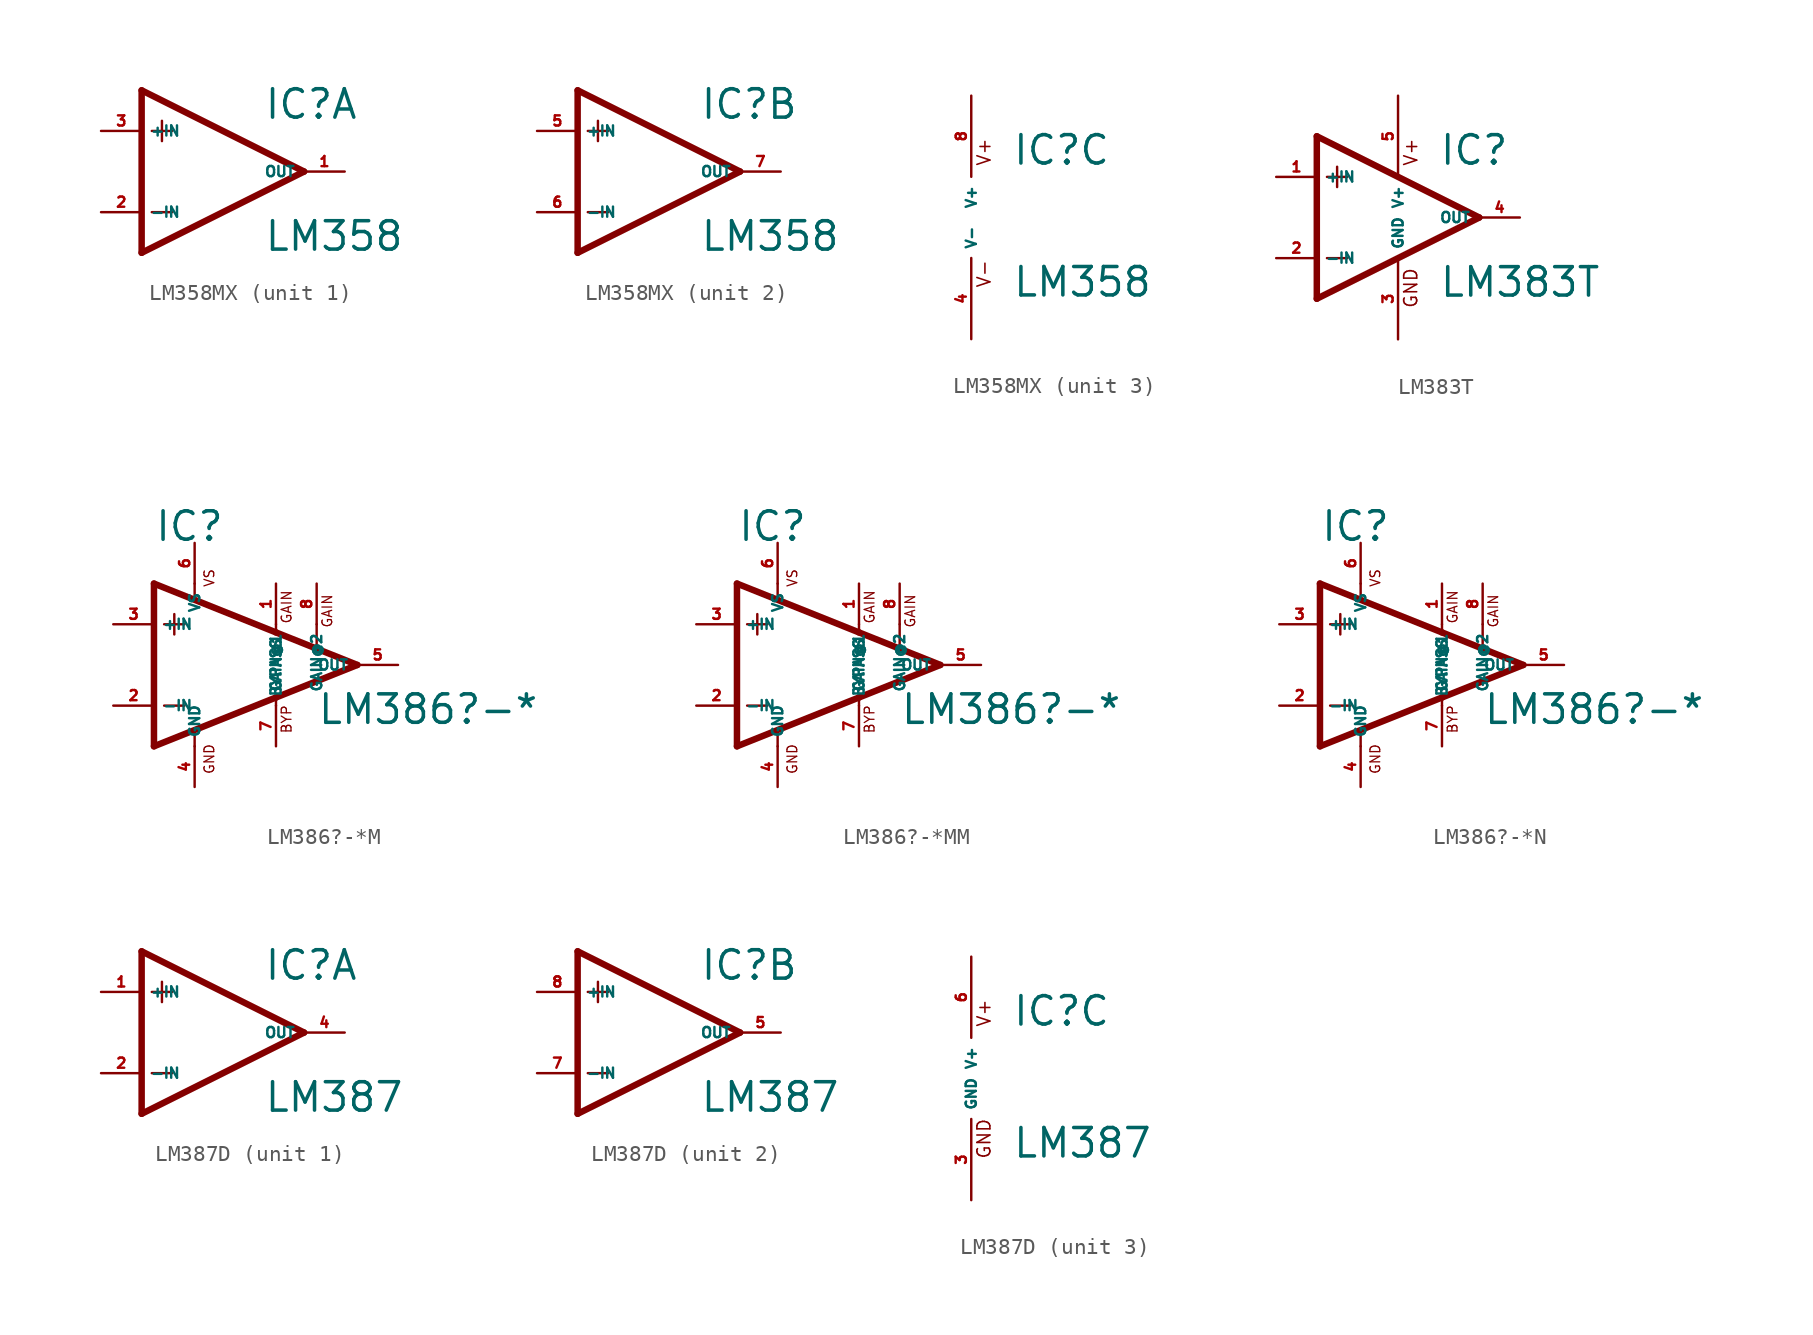
<source format=kicad_sym>
(kicad_symbol_lib
  (version 20220914)
  (generator Eagle2Kicad)
  (symbol "LM358MX"
    (property "Reference" "IC"
      (at 2.54 3.175 0)
      (effects (font (size 1.778 1.778) (thickness 0.22)) (justify left bottom)))
    (property "Value" "LM358"
      (at 2.54 -5.08 0)
      (effects (font (size 1.778 1.778) (thickness 0.22)) (justify left bottom)))
    (symbol "LM358MX_1_0"
      (polyline (pts (xy -5.08 5.08) (xy -5.08 -5.08)) (stroke (width 0.406) (type default)) (fill (type none)))
      (polyline (pts (xy -5.08 -5.08) (xy 5.08 0)) (stroke (width 0.406) (type default)) (fill (type none)))
      (polyline (pts (xy 5.08 0) (xy -5.08 5.08)) (stroke (width 0.406) (type default)) (fill (type none)))
      (polyline (pts (xy -3.81 3.175) (xy -3.81 1.905)) (stroke (width 0.152) (type default)) (fill (type none)))
      (polyline (pts (xy -4.445 2.54) (xy -3.175 2.54)) (stroke (width 0.152) (type default)) (fill (type none)))
      (polyline (pts (xy -4.445 -2.54) (xy -3.175 -2.54)) (stroke (width 0.152) (type default)) (fill (type none)))
      (pin input line (at -7.62 -2.54 0) (length 2.54) (name "-IN" (effects (font (size 0.635 0.635) (thickness 0.08)) (justify left bottom))) (number "2" (effects (font (size 0.635 0.635) (thickness 0.08)) (justify left bottom))))
      (pin input line (at -7.62 2.54 0) (length 2.54) (name "+IN" (effects (font (size 0.635 0.635) (thickness 0.08)) (justify left bottom))) (number "3" (effects (font (size 0.635 0.635) (thickness 0.08)) (justify left bottom))))
      (pin output line (at 7.62 0 180) (length 2.54) (name "OUT" (effects (font (size 0.635 0.635) (thickness 0.08)) (justify left bottom))) (number "1" (effects (font (size 0.635 0.635) (thickness 0.08)) (justify left bottom)))))
    (symbol "LM358MX_2_0"
      (polyline (pts (xy -5.08 5.08) (xy -5.08 -5.08)) (stroke (width 0.406) (type default)) (fill (type none)))
      (polyline (pts (xy -5.08 -5.08) (xy 5.08 0)) (stroke (width 0.406) (type default)) (fill (type none)))
      (polyline (pts (xy 5.08 0) (xy -5.08 5.08)) (stroke (width 0.406) (type default)) (fill (type none)))
      (polyline (pts (xy -3.81 3.175) (xy -3.81 1.905)) (stroke (width 0.152) (type default)) (fill (type none)))
      (polyline (pts (xy -4.445 2.54) (xy -3.175 2.54)) (stroke (width 0.152) (type default)) (fill (type none)))
      (polyline (pts (xy -4.445 -2.54) (xy -3.175 -2.54)) (stroke (width 0.152) (type default)) (fill (type none)))
      (pin input line (at -7.62 -2.54 0) (length 2.54) (name "-IN" (effects (font (size 0.635 0.635) (thickness 0.08)) (justify left bottom))) (number "6" (effects (font (size 0.635 0.635) (thickness 0.08)) (justify left bottom))))
      (pin input line (at -7.62 2.54 0) (length 2.54) (name "+IN" (effects (font (size 0.635 0.635) (thickness 0.08)) (justify left bottom))) (number "5" (effects (font (size 0.635 0.635) (thickness 0.08)) (justify left bottom))))
      (pin output line (at 7.62 0 180) (length 2.54) (name "OUT" (effects (font (size 0.635 0.635) (thickness 0.08)) (justify left bottom))) (number "7" (effects (font (size 0.635 0.635) (thickness 0.08)) (justify left bottom)))))
    (symbol "LM358MX_3_0"
      (text "V+" (at 1.27 3.175 900) (effects (font (size 0.813 0.813) (thickness 0.10)) (justify left bottom)))
      (text "V-" (at 1.27 -4.445 900) (effects (font (size 0.813 0.813) (thickness 0.10)) (justify left bottom)))
      (pin unspecified line (at 0 7.62 270) (length 5.08) (name "V+" (effects (font (size 0.635 0.635) (thickness 0.08)) (justify left bottom))) (number "8" (effects (font (size 0.635 0.635) (thickness 0.08)) (justify left bottom))))
      (pin unspecified line (at 0 -7.62 90) (length 5.08) (name "V-" (effects (font (size 0.635 0.635) (thickness 0.08)) (justify left bottom))) (number "4" (effects (font (size 0.635 0.635) (thickness 0.08)) (justify left bottom))))))
  (symbol "LM383T"
    (property "Reference" "IC"
      (at 2.54 3.175 0)
      (effects (font (size 1.778 1.778) (thickness 0.22)) (justify left bottom)))
    (property "Value" "LM383T"
      (at 2.54 -5.08 0)
      (effects (font (size 1.778 1.778) (thickness 0.22)) (justify left bottom)))
    (polyline
      (pts (xy -5.08 5.08) (xy -5.08 -5.08))
      (stroke (width 0.406) (type default))
      (fill (type none)))
    (polyline
      (pts (xy -5.08 -5.08) (xy 5.08 0))
      (stroke (width 0.406) (type default))
      (fill (type none)))
    (polyline
      (pts (xy 5.08 0) (xy -5.08 5.08))
      (stroke (width 0.406) (type default))
      (fill (type none)))
    (polyline
      (pts (xy -3.81 3.175) (xy -3.81 1.905))
      (stroke (width 0.152) (type default))
      (fill (type none)))
    (polyline
      (pts (xy -4.445 2.54) (xy -3.175 2.54))
      (stroke (width 0.152) (type default))
      (fill (type none)))
    (polyline
      (pts (xy -4.445 -2.54) (xy -3.175 -2.54))
      (stroke (width 0.152) (type default))
      (fill (type none)))
    (text "V+"
      (at 1.27 3.175 900)
      (effects (font (size 0.813 0.813) (thickness 0.10)) (justify left bottom)))
    (text "GND"
      (at 1.27 -5.715 900)
      (effects (font (size 0.813 0.813) (thickness 0.10)) (justify left bottom)))
    (pin input line
      (at -7.62 -2.54 0)
      (length 2.54)
      (name "-IN" (effects (font (size 0.635 0.635) (thickness 0.08)) (justify left bottom)))
      (number "2" (effects (font (size 0.635 0.635) (thickness 0.08)) (justify left bottom))))
    (pin input line
      (at -7.62 2.54 0)
      (length 2.54)
      (name "+IN" (effects (font (size 0.635 0.635) (thickness 0.08)) (justify left bottom)))
      (number "1" (effects (font (size 0.635 0.635) (thickness 0.08)) (justify left bottom))))
    (pin output line
      (at 7.62 0 180)
      (length 2.54)
      (name "OUT" (effects (font (size 0.635 0.635) (thickness 0.08)) (justify left bottom)))
      (number "4" (effects (font (size 0.635 0.635) (thickness 0.08)) (justify left bottom))))
    (pin unspecified line
      (at 0 7.62 270)
      (length 5.08)
      (name "V+" (effects (font (size 0.635 0.635) (thickness 0.08)) (justify left bottom)))
      (number "5" (effects (font (size 0.635 0.635) (thickness 0.08)) (justify left bottom))))
    (pin unspecified line
      (at 0 -7.62 90)
      (length 5.08)
      (name "GND" (effects (font (size 0.635 0.635) (thickness 0.08)) (justify left bottom)))
      (number "3" (effects (font (size 0.635 0.635) (thickness 0.08)) (justify left bottom)))))
  (symbol "LM386?-*M"
    (property "Reference" "IC"
      (at -5.08 7.62 0)
      (effects (font (size 1.778 1.778) (thickness 0.22)) (justify left bottom)))
    (property "Value" "LM386?-*"
      (at 5.08 -3.81 0)
      (effects (font (size 1.778 1.778) (thickness 0.22)) (justify left bottom)))
    (polyline
      (pts (xy -2.54 5.08) (xy -2.54 4.14))
      (stroke (width 0.152) (type default))
      (fill (type none)))
    (polyline
      (pts (xy -5.08 5.08) (xy -5.08 -5.08))
      (stroke (width 0.406) (type default))
      (fill (type none)))
    (polyline
      (pts (xy -5.08 -5.08) (xy 2.54 -2.032))
      (stroke (width 0.406) (type default))
      (fill (type none)))
    (polyline
      (pts (xy 2.54 -2.032) (xy 7.62 0))
      (stroke (width 0.406) (type default))
      (fill (type none)))
    (polyline
      (pts (xy 7.62 0) (xy 5.08 1.016))
      (stroke (width 0.406) (type default))
      (fill (type none)))
    (polyline
      (pts (xy 5.08 1.016) (xy 2.54 2.032))
      (stroke (width 0.406) (type default))
      (fill (type none)))
    (polyline
      (pts (xy 2.54 2.032) (xy -5.08 5.08))
      (stroke (width 0.406) (type default))
      (fill (type none)))
    (polyline
      (pts (xy -3.81 3.175) (xy -3.81 1.905))
      (stroke (width 0.152) (type default))
      (fill (type none)))
    (polyline
      (pts (xy -4.445 2.54) (xy -3.175 2.54))
      (stroke (width 0.152) (type default))
      (fill (type none)))
    (polyline
      (pts (xy -4.445 -2.54) (xy -3.175 -2.54))
      (stroke (width 0.152) (type default))
      (fill (type none)))
    (polyline
      (pts (xy -2.54 -4.14) (xy -2.54 -5.08))
      (stroke (width 0.152) (type default))
      (fill (type none)))
    (polyline
      (pts (xy 5.08 2.54) (xy 5.08 1.016))
      (stroke (width 0.152) (type default))
      (fill (type none)))
    (polyline
      (pts (xy 2.54 -2.54) (xy 2.54 -2.032))
      (stroke (width 0.152) (type default))
      (fill (type none)))
    (polyline
      (pts (xy 2.54 2.54) (xy 2.54 2.032))
      (stroke (width 0.152) (type default))
      (fill (type none)))
    (text "GAIN"
      (at 6.096 2.286 900)
      (effects (font (size 0.61 0.61) (thickness 0.08)) (justify left bottom)))
    (text "GAIN"
      (at 3.556 2.54 900)
      (effects (font (size 0.61 0.61) (thickness 0.08)) (justify left bottom)))
    (text "VS"
      (at -1.27 4.826 900)
      (effects (font (size 0.61 0.61) (thickness 0.08)) (justify left bottom)))
    (text "GND"
      (at -1.27 -6.858 900)
      (effects (font (size 0.61 0.61) (thickness 0.08)) (justify left bottom)))
    (text "BYP"
      (at 3.556 -4.318 900)
      (effects (font (size 0.61 0.61) (thickness 0.08)) (justify left bottom)))
    (pin passive line
      (at 2.54 5.08 270)
      (length 2.54)
      (name "GAIN@1" (effects (font (size 0.635 0.635) (thickness 0.08)) (justify left bottom)))
      (number "1" (effects (font (size 0.635 0.635) (thickness 0.08)) (justify left bottom))))
    (pin input line
      (at -7.62 -2.54 0)
      (length 2.54)
      (name "-IN" (effects (font (size 0.635 0.635) (thickness 0.08)) (justify left bottom)))
      (number "2" (effects (font (size 0.635 0.635) (thickness 0.08)) (justify left bottom))))
    (pin input line
      (at -7.62 2.54 0)
      (length 2.54)
      (name "+IN" (effects (font (size 0.635 0.635) (thickness 0.08)) (justify left bottom)))
      (number "3" (effects (font (size 0.635 0.635) (thickness 0.08)) (justify left bottom))))
    (pin passive line
      (at 5.08 5.08 270)
      (length 2.54)
      (name "GAIN@2" (effects (font (size 0.635 0.635) (thickness 0.08)) (justify left bottom)))
      (number "8" (effects (font (size 0.635 0.635) (thickness 0.08)) (justify left bottom))))
    (pin output line
      (at 10.16 0 180)
      (length 2.54)
      (name "OUT" (effects (font (size 0.635 0.635) (thickness 0.08)) (justify left bottom)))
      (number "5" (effects (font (size 0.635 0.635) (thickness 0.08)) (justify left bottom))))
    (pin unspecified line
      (at -2.54 7.62 270)
      (length 2.54)
      (name "VS" (effects (font (size 0.635 0.635) (thickness 0.08)) (justify left bottom)))
      (number "6" (effects (font (size 0.635 0.635) (thickness 0.08)) (justify left bottom))))
    (pin unspecified line
      (at -2.54 -7.62 90)
      (length 2.54)
      (name "GND" (effects (font (size 0.635 0.635) (thickness 0.08)) (justify left bottom)))
      (number "4" (effects (font (size 0.635 0.635) (thickness 0.08)) (justify left bottom))))
    (pin passive line
      (at 2.54 -5.08 90)
      (length 2.54)
      (name "BYPASS" (effects (font (size 0.635 0.635) (thickness 0.08)) (justify left bottom)))
      (number "7" (effects (font (size 0.635 0.635) (thickness 0.08)) (justify left bottom)))))
  (symbol "LM386?-*MM"
    (property "Reference" "IC"
      (at -5.08 7.62 0)
      (effects (font (size 1.778 1.778) (thickness 0.22)) (justify left bottom)))
    (property "Value" "LM386?-*"
      (at 5.08 -3.81 0)
      (effects (font (size 1.778 1.778) (thickness 0.22)) (justify left bottom)))
    (polyline
      (pts (xy -2.54 5.08) (xy -2.54 4.14))
      (stroke (width 0.152) (type default))
      (fill (type none)))
    (polyline
      (pts (xy -5.08 5.08) (xy -5.08 -5.08))
      (stroke (width 0.406) (type default))
      (fill (type none)))
    (polyline
      (pts (xy -5.08 -5.08) (xy 2.54 -2.032))
      (stroke (width 0.406) (type default))
      (fill (type none)))
    (polyline
      (pts (xy 2.54 -2.032) (xy 7.62 0))
      (stroke (width 0.406) (type default))
      (fill (type none)))
    (polyline
      (pts (xy 7.62 0) (xy 5.08 1.016))
      (stroke (width 0.406) (type default))
      (fill (type none)))
    (polyline
      (pts (xy 5.08 1.016) (xy 2.54 2.032))
      (stroke (width 0.406) (type default))
      (fill (type none)))
    (polyline
      (pts (xy 2.54 2.032) (xy -5.08 5.08))
      (stroke (width 0.406) (type default))
      (fill (type none)))
    (polyline
      (pts (xy -3.81 3.175) (xy -3.81 1.905))
      (stroke (width 0.152) (type default))
      (fill (type none)))
    (polyline
      (pts (xy -4.445 2.54) (xy -3.175 2.54))
      (stroke (width 0.152) (type default))
      (fill (type none)))
    (polyline
      (pts (xy -4.445 -2.54) (xy -3.175 -2.54))
      (stroke (width 0.152) (type default))
      (fill (type none)))
    (polyline
      (pts (xy -2.54 -4.14) (xy -2.54 -5.08))
      (stroke (width 0.152) (type default))
      (fill (type none)))
    (polyline
      (pts (xy 5.08 2.54) (xy 5.08 1.016))
      (stroke (width 0.152) (type default))
      (fill (type none)))
    (polyline
      (pts (xy 2.54 -2.54) (xy 2.54 -2.032))
      (stroke (width 0.152) (type default))
      (fill (type none)))
    (polyline
      (pts (xy 2.54 2.54) (xy 2.54 2.032))
      (stroke (width 0.152) (type default))
      (fill (type none)))
    (text "GAIN"
      (at 6.096 2.286 900)
      (effects (font (size 0.61 0.61) (thickness 0.08)) (justify left bottom)))
    (text "GAIN"
      (at 3.556 2.54 900)
      (effects (font (size 0.61 0.61) (thickness 0.08)) (justify left bottom)))
    (text "VS"
      (at -1.27 4.826 900)
      (effects (font (size 0.61 0.61) (thickness 0.08)) (justify left bottom)))
    (text "GND"
      (at -1.27 -6.858 900)
      (effects (font (size 0.61 0.61) (thickness 0.08)) (justify left bottom)))
    (text "BYP"
      (at 3.556 -4.318 900)
      (effects (font (size 0.61 0.61) (thickness 0.08)) (justify left bottom)))
    (pin passive line
      (at 2.54 5.08 270)
      (length 2.54)
      (name "GAIN@1" (effects (font (size 0.635 0.635) (thickness 0.08)) (justify left bottom)))
      (number "1" (effects (font (size 0.635 0.635) (thickness 0.08)) (justify left bottom))))
    (pin input line
      (at -7.62 -2.54 0)
      (length 2.54)
      (name "-IN" (effects (font (size 0.635 0.635) (thickness 0.08)) (justify left bottom)))
      (number "2" (effects (font (size 0.635 0.635) (thickness 0.08)) (justify left bottom))))
    (pin input line
      (at -7.62 2.54 0)
      (length 2.54)
      (name "+IN" (effects (font (size 0.635 0.635) (thickness 0.08)) (justify left bottom)))
      (number "3" (effects (font (size 0.635 0.635) (thickness 0.08)) (justify left bottom))))
    (pin passive line
      (at 5.08 5.08 270)
      (length 2.54)
      (name "GAIN@2" (effects (font (size 0.635 0.635) (thickness 0.08)) (justify left bottom)))
      (number "8" (effects (font (size 0.635 0.635) (thickness 0.08)) (justify left bottom))))
    (pin output line
      (at 10.16 0 180)
      (length 2.54)
      (name "OUT" (effects (font (size 0.635 0.635) (thickness 0.08)) (justify left bottom)))
      (number "5" (effects (font (size 0.635 0.635) (thickness 0.08)) (justify left bottom))))
    (pin unspecified line
      (at -2.54 7.62 270)
      (length 2.54)
      (name "VS" (effects (font (size 0.635 0.635) (thickness 0.08)) (justify left bottom)))
      (number "6" (effects (font (size 0.635 0.635) (thickness 0.08)) (justify left bottom))))
    (pin unspecified line
      (at -2.54 -7.62 90)
      (length 2.54)
      (name "GND" (effects (font (size 0.635 0.635) (thickness 0.08)) (justify left bottom)))
      (number "4" (effects (font (size 0.635 0.635) (thickness 0.08)) (justify left bottom))))
    (pin passive line
      (at 2.54 -5.08 90)
      (length 2.54)
      (name "BYPASS" (effects (font (size 0.635 0.635) (thickness 0.08)) (justify left bottom)))
      (number "7" (effects (font (size 0.635 0.635) (thickness 0.08)) (justify left bottom)))))
  (symbol "LM386?-*N"
    (property "Reference" "IC"
      (at -5.08 7.62 0)
      (effects (font (size 1.778 1.778) (thickness 0.22)) (justify left bottom)))
    (property "Value" "LM386?-*"
      (at 5.08 -3.81 0)
      (effects (font (size 1.778 1.778) (thickness 0.22)) (justify left bottom)))
    (polyline
      (pts (xy -2.54 5.08) (xy -2.54 4.14))
      (stroke (width 0.152) (type default))
      (fill (type none)))
    (polyline
      (pts (xy -5.08 5.08) (xy -5.08 -5.08))
      (stroke (width 0.406) (type default))
      (fill (type none)))
    (polyline
      (pts (xy -5.08 -5.08) (xy 2.54 -2.032))
      (stroke (width 0.406) (type default))
      (fill (type none)))
    (polyline
      (pts (xy 2.54 -2.032) (xy 7.62 0))
      (stroke (width 0.406) (type default))
      (fill (type none)))
    (polyline
      (pts (xy 7.62 0) (xy 5.08 1.016))
      (stroke (width 0.406) (type default))
      (fill (type none)))
    (polyline
      (pts (xy 5.08 1.016) (xy 2.54 2.032))
      (stroke (width 0.406) (type default))
      (fill (type none)))
    (polyline
      (pts (xy 2.54 2.032) (xy -5.08 5.08))
      (stroke (width 0.406) (type default))
      (fill (type none)))
    (polyline
      (pts (xy -3.81 3.175) (xy -3.81 1.905))
      (stroke (width 0.152) (type default))
      (fill (type none)))
    (polyline
      (pts (xy -4.445 2.54) (xy -3.175 2.54))
      (stroke (width 0.152) (type default))
      (fill (type none)))
    (polyline
      (pts (xy -4.445 -2.54) (xy -3.175 -2.54))
      (stroke (width 0.152) (type default))
      (fill (type none)))
    (polyline
      (pts (xy -2.54 -4.14) (xy -2.54 -5.08))
      (stroke (width 0.152) (type default))
      (fill (type none)))
    (polyline
      (pts (xy 5.08 2.54) (xy 5.08 1.016))
      (stroke (width 0.152) (type default))
      (fill (type none)))
    (polyline
      (pts (xy 2.54 -2.54) (xy 2.54 -2.032))
      (stroke (width 0.152) (type default))
      (fill (type none)))
    (polyline
      (pts (xy 2.54 2.54) (xy 2.54 2.032))
      (stroke (width 0.152) (type default))
      (fill (type none)))
    (text "GAIN"
      (at 6.096 2.286 900)
      (effects (font (size 0.61 0.61) (thickness 0.08)) (justify left bottom)))
    (text "GAIN"
      (at 3.556 2.54 900)
      (effects (font (size 0.61 0.61) (thickness 0.08)) (justify left bottom)))
    (text "VS"
      (at -1.27 4.826 900)
      (effects (font (size 0.61 0.61) (thickness 0.08)) (justify left bottom)))
    (text "GND"
      (at -1.27 -6.858 900)
      (effects (font (size 0.61 0.61) (thickness 0.08)) (justify left bottom)))
    (text "BYP"
      (at 3.556 -4.318 900)
      (effects (font (size 0.61 0.61) (thickness 0.08)) (justify left bottom)))
    (pin passive line
      (at 2.54 5.08 270)
      (length 2.54)
      (name "GAIN@1" (effects (font (size 0.635 0.635) (thickness 0.08)) (justify left bottom)))
      (number "1" (effects (font (size 0.635 0.635) (thickness 0.08)) (justify left bottom))))
    (pin input line
      (at -7.62 -2.54 0)
      (length 2.54)
      (name "-IN" (effects (font (size 0.635 0.635) (thickness 0.08)) (justify left bottom)))
      (number "2" (effects (font (size 0.635 0.635) (thickness 0.08)) (justify left bottom))))
    (pin input line
      (at -7.62 2.54 0)
      (length 2.54)
      (name "+IN" (effects (font (size 0.635 0.635) (thickness 0.08)) (justify left bottom)))
      (number "3" (effects (font (size 0.635 0.635) (thickness 0.08)) (justify left bottom))))
    (pin passive line
      (at 5.08 5.08 270)
      (length 2.54)
      (name "GAIN@2" (effects (font (size 0.635 0.635) (thickness 0.08)) (justify left bottom)))
      (number "8" (effects (font (size 0.635 0.635) (thickness 0.08)) (justify left bottom))))
    (pin output line
      (at 10.16 0 180)
      (length 2.54)
      (name "OUT" (effects (font (size 0.635 0.635) (thickness 0.08)) (justify left bottom)))
      (number "5" (effects (font (size 0.635 0.635) (thickness 0.08)) (justify left bottom))))
    (pin unspecified line
      (at -2.54 7.62 270)
      (length 2.54)
      (name "VS" (effects (font (size 0.635 0.635) (thickness 0.08)) (justify left bottom)))
      (number "6" (effects (font (size 0.635 0.635) (thickness 0.08)) (justify left bottom))))
    (pin unspecified line
      (at -2.54 -7.62 90)
      (length 2.54)
      (name "GND" (effects (font (size 0.635 0.635) (thickness 0.08)) (justify left bottom)))
      (number "4" (effects (font (size 0.635 0.635) (thickness 0.08)) (justify left bottom))))
    (pin passive line
      (at 2.54 -5.08 90)
      (length 2.54)
      (name "BYPASS" (effects (font (size 0.635 0.635) (thickness 0.08)) (justify left bottom)))
      (number "7" (effects (font (size 0.635 0.635) (thickness 0.08)) (justify left bottom)))))
  (symbol "LM387D"
    (property "Reference" "IC"
      (at 2.54 3.175 0)
      (effects (font (size 1.778 1.778) (thickness 0.22)) (justify left bottom)))
    (property "Value" "LM387"
      (at 2.54 -5.08 0)
      (effects (font (size 1.778 1.778) (thickness 0.22)) (justify left bottom)))
    (symbol "LM387D_1_0"
      (polyline (pts (xy -5.08 5.08) (xy -5.08 -5.08)) (stroke (width 0.406) (type default)) (fill (type none)))
      (polyline (pts (xy -5.08 -5.08) (xy 5.08 0)) (stroke (width 0.406) (type default)) (fill (type none)))
      (polyline (pts (xy 5.08 0) (xy -5.08 5.08)) (stroke (width 0.406) (type default)) (fill (type none)))
      (polyline (pts (xy -3.81 3.175) (xy -3.81 1.905)) (stroke (width 0.152) (type default)) (fill (type none)))
      (polyline (pts (xy -4.445 2.54) (xy -3.175 2.54)) (stroke (width 0.152) (type default)) (fill (type none)))
      (polyline (pts (xy -4.445 -2.54) (xy -3.175 -2.54)) (stroke (width 0.152) (type default)) (fill (type none)))
      (pin input line (at -7.62 -2.54 0) (length 2.54) (name "-IN" (effects (font (size 0.635 0.635) (thickness 0.08)) (justify left bottom))) (number "2" (effects (font (size 0.635 0.635) (thickness 0.08)) (justify left bottom))))
      (pin input line (at -7.62 2.54 0) (length 2.54) (name "+IN" (effects (font (size 0.635 0.635) (thickness 0.08)) (justify left bottom))) (number "1" (effects (font (size 0.635 0.635) (thickness 0.08)) (justify left bottom))))
      (pin output line (at 7.62 0 180) (length 2.54) (name "OUT" (effects (font (size 0.635 0.635) (thickness 0.08)) (justify left bottom))) (number "4" (effects (font (size 0.635 0.635) (thickness 0.08)) (justify left bottom)))))
    (symbol "LM387D_2_0"
      (polyline (pts (xy -5.08 5.08) (xy -5.08 -5.08)) (stroke (width 0.406) (type default)) (fill (type none)))
      (polyline (pts (xy -5.08 -5.08) (xy 5.08 0)) (stroke (width 0.406) (type default)) (fill (type none)))
      (polyline (pts (xy 5.08 0) (xy -5.08 5.08)) (stroke (width 0.406) (type default)) (fill (type none)))
      (polyline (pts (xy -3.81 3.175) (xy -3.81 1.905)) (stroke (width 0.152) (type default)) (fill (type none)))
      (polyline (pts (xy -4.445 2.54) (xy -3.175 2.54)) (stroke (width 0.152) (type default)) (fill (type none)))
      (polyline (pts (xy -4.445 -2.54) (xy -3.175 -2.54)) (stroke (width 0.152) (type default)) (fill (type none)))
      (pin input line (at -7.62 -2.54 0) (length 2.54) (name "-IN" (effects (font (size 0.635 0.635) (thickness 0.08)) (justify left bottom))) (number "7" (effects (font (size 0.635 0.635) (thickness 0.08)) (justify left bottom))))
      (pin input line (at -7.62 2.54 0) (length 2.54) (name "+IN" (effects (font (size 0.635 0.635) (thickness 0.08)) (justify left bottom))) (number "8" (effects (font (size 0.635 0.635) (thickness 0.08)) (justify left bottom))))
      (pin output line (at 7.62 0 180) (length 2.54) (name "OUT" (effects (font (size 0.635 0.635) (thickness 0.08)) (justify left bottom))) (number "5" (effects (font (size 0.635 0.635) (thickness 0.08)) (justify left bottom)))))
    (symbol "LM387D_3_0"
      (text "V+" (at 1.27 3.175 900) (effects (font (size 0.813 0.813) (thickness 0.10)) (justify left bottom)))
      (text "GND" (at 1.27 -5.08 900) (effects (font (size 0.813 0.813) (thickness 0.10)) (justify left bottom)))
      (pin unspecified line (at 0 7.62 270) (length 5.08) (name "V+" (effects (font (size 0.635 0.635) (thickness 0.08)) (justify left bottom))) (number "6" (effects (font (size 0.635 0.635) (thickness 0.08)) (justify left bottom))))
      (pin unspecified line (at 0 -7.62 90) (length 5.08) (name "GND" (effects (font (size 0.635 0.635) (thickness 0.08)) (justify left bottom))) (number "3" (effects (font (size 0.635 0.635) (thickness 0.08)) (justify left bottom)))))))
</source>
